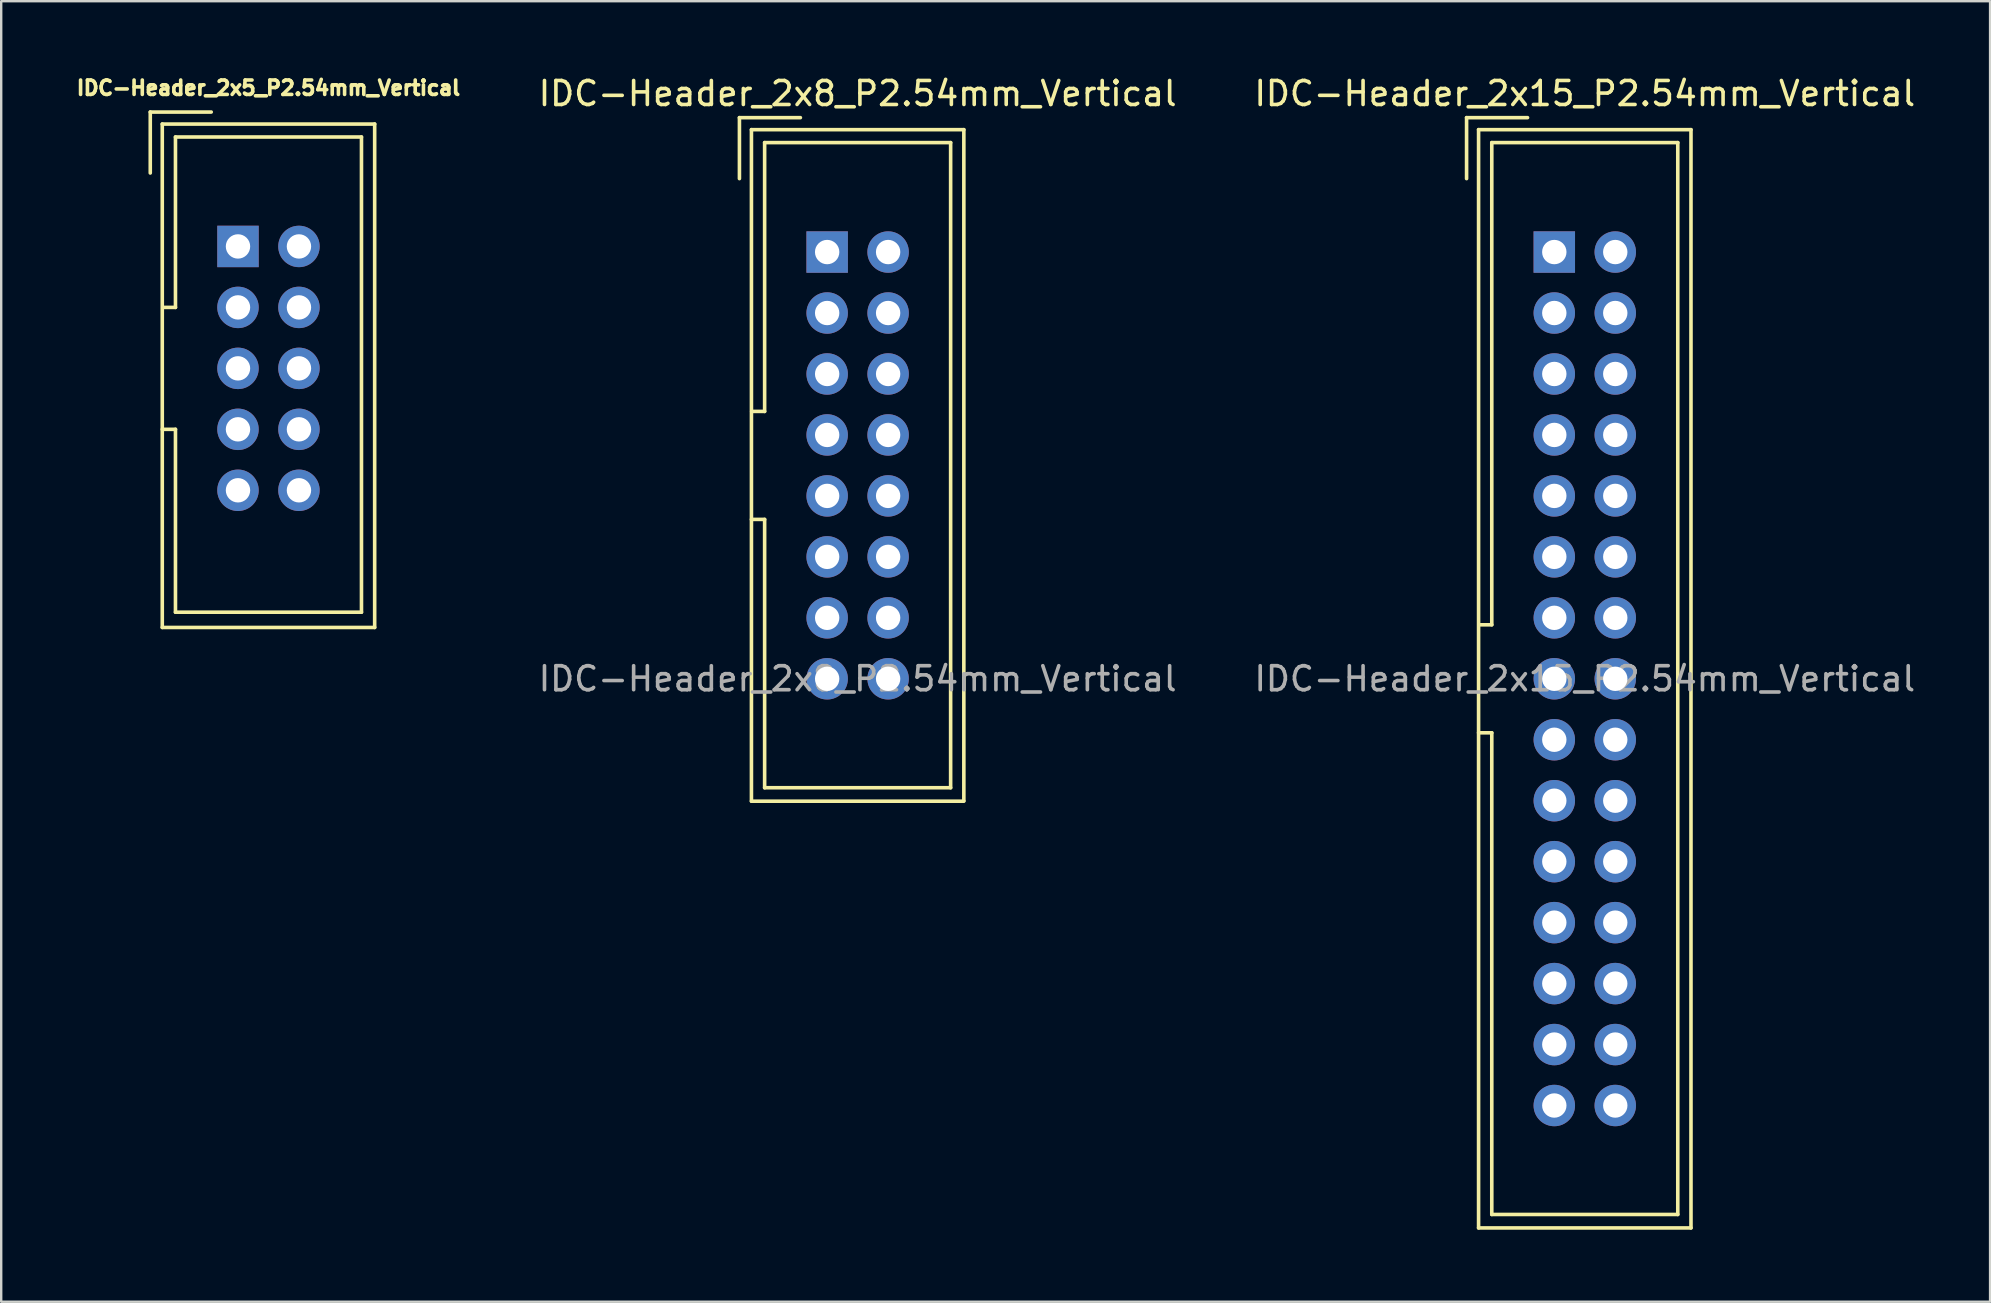
<source format=kicad_pcb>
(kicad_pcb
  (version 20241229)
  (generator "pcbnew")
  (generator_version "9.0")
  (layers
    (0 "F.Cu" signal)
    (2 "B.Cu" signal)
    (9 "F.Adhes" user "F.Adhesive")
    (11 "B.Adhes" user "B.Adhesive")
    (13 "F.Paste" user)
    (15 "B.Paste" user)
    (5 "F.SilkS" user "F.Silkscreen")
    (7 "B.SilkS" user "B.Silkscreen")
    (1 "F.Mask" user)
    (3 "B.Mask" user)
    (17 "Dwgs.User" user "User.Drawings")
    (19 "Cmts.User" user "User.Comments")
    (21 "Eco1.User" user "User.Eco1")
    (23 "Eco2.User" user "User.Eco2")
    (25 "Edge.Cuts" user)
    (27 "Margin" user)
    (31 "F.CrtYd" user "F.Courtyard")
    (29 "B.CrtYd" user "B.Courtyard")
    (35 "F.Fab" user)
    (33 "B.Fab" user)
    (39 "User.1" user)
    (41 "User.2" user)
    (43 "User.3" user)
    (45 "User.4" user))
  (footprint "IDC-Header_2x15_P2.54mm_Vertical"
    (layer "F.Cu")
    (at 61.711 7.452)
    (property "Reference" "IDC-Header_2x15_P2.54mm_Vertical" (at 1.27 -6.604 0) (layer "F.SilkS") (effects (font (size 1 1) (thickness 0.15))))
    (attr through_hole)
    (fp_line (start -3.655 -5.6) (end -3.655 -3.06) (stroke (width 0.15) (type solid)) (layer "F.SilkS"))
    (fp_line (start -3.655 -5.6) (end -1.115 -5.6) (stroke (width 0.15) (type solid)) (layer "F.SilkS"))
    (fp_line (start -3.155 -5.1) (end -3.155 40.66) (stroke (width 0.15) (type solid)) (layer "F.SilkS"))
    (fp_line (start -2.605 -4.56) (end -2.605 15.53) (stroke (width 0.15) (type solid)) (layer "F.SilkS"))
    (fp_line (start -2.605 15.53) (end -3.145 15.53) (stroke (width 0.15) (type solid)) (layer "F.SilkS"))
    (fp_line (start -2.605 20.03) (end -3.155 20.03) (stroke (width 0.15) (type solid)) (layer "F.SilkS"))
    (fp_line (start -2.605 20.03) (end -2.605 40.1) (stroke (width 0.15) (type solid)) (layer "F.SilkS"))
    (fp_line (start 5.145 -4.56) (end -2.605 -4.56) (stroke (width 0.15) (type solid)) (layer "F.SilkS"))
    (fp_line (start 5.145 -4.56) (end 5.145 40.1) (stroke (width 0.15) (type solid)) (layer "F.SilkS"))
    (fp_line (start 5.145 40.1) (end -2.605 40.1) (stroke (width 0.15) (type solid)) (layer "F.SilkS"))
    (fp_line (start 5.695 -5.1) (end -3.155 -5.1) (stroke (width 0.15) (type solid)) (layer "F.SilkS"))
    (fp_line (start 5.695 -5.1) (end 5.695 40.66) (stroke (width 0.15) (type solid)) (layer "F.SilkS"))
    (fp_line (start 5.695 40.66) (end -3.155 40.66) (stroke (width 0.15) (type solid)) (layer "F.SilkS"))
    (fp_text user "${REFERENCE}" (at 1.27 17.78 0) (layer "F.Fab") (effects (font (size 1 1) (thickness 0.15))))
    (pad "1" thru_hole rect (at 0 0) (size 1.727 1.727) (drill 1.016) (layers "*.Cu" "*.Mask"))
    (pad "2" thru_hole oval (at 2.54 0) (size 1.727 1.727) (drill 1.016) (layers "*.Cu" "*.Mask"))
    (pad "3" thru_hole oval (at 0 2.54) (size 1.727 1.727) (drill 1.016) (layers "*.Cu" "*.Mask"))
    (pad "4" thru_hole oval (at 2.54 2.54) (size 1.727 1.727) (drill 1.016) (layers "*.Cu" "*.Mask"))
    (pad "5" thru_hole oval (at 0 5.08) (size 1.727 1.727) (drill 1.016) (layers "*.Cu" "*.Mask"))
    (pad "6" thru_hole oval (at 2.54 5.08) (size 1.727 1.727) (drill 1.016) (layers "*.Cu" "*.Mask"))
    (pad "7" thru_hole oval (at 0 7.62) (size 1.727 1.727) (drill 1.016) (layers "*.Cu" "*.Mask"))
    (pad "8" thru_hole oval (at 2.54 7.62) (size 1.727 1.727) (drill 1.016) (layers "*.Cu" "*.Mask"))
    (pad "9" thru_hole oval (at 0 10.16) (size 1.727 1.727) (drill 1.016) (layers "*.Cu" "*.Mask"))
    (pad "10" thru_hole oval (at 2.54 10.16) (size 1.727 1.727) (drill 1.016) (layers "*.Cu" "*.Mask"))
    (pad "11" thru_hole oval (at 0 12.7) (size 1.727 1.727) (drill 1.016) (layers "*.Cu" "*.Mask"))
    (pad "12" thru_hole oval (at 2.54 12.7) (size 1.727 1.727) (drill 1.016) (layers "*.Cu" "*.Mask"))
    (pad "13" thru_hole oval (at 0 15.24) (size 1.727 1.727) (drill 1.016) (layers "*.Cu" "*.Mask"))
    (pad "14" thru_hole oval (at 2.54 15.24) (size 1.727 1.727) (drill 1.016) (layers "*.Cu" "*.Mask"))
    (pad "15" thru_hole oval (at 0 17.78) (size 1.727 1.727) (drill 1.016) (layers "*.Cu" "*.Mask"))
    (pad "16" thru_hole oval (at 2.54 17.78) (size 1.727 1.727) (drill 1.016) (layers "*.Cu" "*.Mask"))
    (pad "17" thru_hole oval (at 0 20.32) (size 1.727 1.727) (drill 1.016) (layers "*.Cu" "*.Mask"))
    (pad "18" thru_hole oval (at 2.54 20.32) (size 1.727 1.727) (drill 1.016) (layers "*.Cu" "*.Mask"))
    (pad "19" thru_hole oval (at 0 22.86) (size 1.727 1.727) (drill 1.016) (layers "*.Cu" "*.Mask"))
    (pad "20" thru_hole oval (at 2.54 22.86) (size 1.727 1.727) (drill 1.016) (layers "*.Cu" "*.Mask"))
    (pad "21" thru_hole oval (at 0 25.4) (size 1.727 1.727) (drill 1.016) (layers "*.Cu" "*.Mask"))
    (pad "22" thru_hole oval (at 2.54 25.4) (size 1.727 1.727) (drill 1.016) (layers "*.Cu" "*.Mask"))
    (pad "23" thru_hole oval (at 0 27.94) (size 1.727 1.727) (drill 1.016) (layers "*.Cu" "*.Mask"))
    (pad "24" thru_hole oval (at 2.54 27.94) (size 1.727 1.727) (drill 1.016) (layers "*.Cu" "*.Mask"))
    (pad "25" thru_hole oval (at 0 30.48) (size 1.727 1.727) (drill 1.016) (layers "*.Cu" "*.Mask"))
    (pad "26" thru_hole oval (at 2.54 30.48) (size 1.727 1.727) (drill 1.016) (layers "*.Cu" "*.Mask"))
    (pad "27" thru_hole oval (at 0 33.02) (size 1.727 1.727) (drill 1.016) (layers "*.Cu" "*.Mask"))
    (pad "28" thru_hole oval (at 2.54 33.02) (size 1.727 1.727) (drill 1.016) (layers "*.Cu" "*.Mask"))
    (pad "29" thru_hole oval (at 0 35.56) (size 1.727 1.727) (drill 1.016) (layers "*.Cu" "*.Mask"))
    (pad "30" thru_hole oval (at 2.54 35.56) (size 1.727 1.727) (drill 1.016) (layers "*.Cu" "*.Mask")))
  (footprint "IDC-Header_2x5_P2.54mm_Vertical"
    (layer "F.Cu")
    (at 6.866 7.218)
    (property "Reference" "IDC-Header_2x5_P2.54mm_Vertical" (at 1.27 -6.604 0) (layer "F.SilkS") (effects (font (size 0.6 0.6) (thickness 0.15))))
    (attr through_hole)
    (fp_line (start -3.655 -5.6) (end -3.655 -3.06) (stroke (width 0.15) (type solid)) (layer "F.SilkS"))
    (fp_line (start -3.655 -5.6) (end -1.115 -5.6) (stroke (width 0.15) (type solid)) (layer "F.SilkS"))
    (fp_line (start -3.155 -5.1) (end -3.155 15.875) (stroke (width 0.15) (type solid)) (layer "F.SilkS"))
    (fp_line (start -2.605 -4.56) (end -2.605 2.54) (stroke (width 0.15) (type solid)) (layer "F.SilkS"))
    (fp_line (start -2.605 2.54) (end -3.08 2.54) (stroke (width 0.15) (type solid)) (layer "F.SilkS"))
    (fp_line (start -2.605 7.62) (end -3.155 7.62) (stroke (width 0.15) (type solid)) (layer "F.SilkS"))
    (fp_line (start -2.605 7.62) (end -2.605 15.24) (stroke (width 0.15) (type solid)) (layer "F.SilkS"))
    (fp_line (start 5.145 -4.56) (end -2.605 -4.56) (stroke (width 0.15) (type solid)) (layer "F.SilkS"))
    (fp_line (start 5.145 -4.56) (end 5.145 15.24) (stroke (width 0.15) (type solid)) (layer "F.SilkS"))
    (fp_line (start 5.145 15.24) (end -2.605 15.24) (stroke (width 0.15) (type solid)) (layer "F.SilkS"))
    (fp_line (start 5.695 -5.1) (end -3.155 -5.1) (stroke (width 0.15) (type solid)) (layer "F.SilkS"))
    (fp_line (start 5.695 -5.1) (end 5.695 15.875) (stroke (width 0.15) (type solid)) (layer "F.SilkS"))
    (fp_line (start 5.695 15.875) (end -3.155 15.875) (stroke (width 0.15) (type solid)) (layer "F.SilkS"))
    (pad "1" thru_hole rect (at 0 0) (size 1.727 1.727) (drill 1.016) (layers "*.Cu" "*.Mask"))
    (pad "2" thru_hole oval (at 2.54 0) (size 1.727 1.727) (drill 1.016) (layers "*.Cu" "*.Mask"))
    (pad "3" thru_hole oval (at 0 2.54) (size 1.727 1.727) (drill 1.016) (layers "*.Cu" "*.Mask"))
    (pad "4" thru_hole oval (at 2.54 2.54) (size 1.727 1.727) (drill 1.016) (layers "*.Cu" "*.Mask"))
    (pad "5" thru_hole oval (at 0 5.08) (size 1.727 1.727) (drill 1.016) (layers "*.Cu" "*.Mask"))
    (pad "6" thru_hole oval (at 2.54 5.08) (size 1.727 1.727) (drill 1.016) (layers "*.Cu" "*.Mask"))
    (pad "7" thru_hole oval (at 0 7.62) (size 1.727 1.727) (drill 1.016) (layers "*.Cu" "*.Mask"))
    (pad "8" thru_hole oval (at 2.54 7.62) (size 1.727 1.727) (drill 1.016) (layers "*.Cu" "*.Mask"))
    (pad "9" thru_hole oval (at 0 10.16) (size 1.727 1.727) (drill 1.016) (layers "*.Cu" "*.Mask"))
    (pad "10" thru_hole oval (at 2.54 10.16) (size 1.727 1.727) (drill 1.016) (layers "*.Cu" "*.Mask")))
  (footprint "IDC-Header_2x8_P2.54mm_Vertical"
    (layer "F.Cu")
    (at 31.414 7.452)
    (property "Reference" "IDC-Header_2x8_P2.54mm_Vertical" (at 1.27 -6.604 0) (layer "F.SilkS") (effects (font (size 1 1) (thickness 0.15))))
    (attr through_hole)
    (fp_line (start -3.655 -5.6) (end -3.655 -3.06) (stroke (width 0.15) (type solid)) (layer "F.SilkS"))
    (fp_line (start -3.655 -5.6) (end -1.115 -5.6) (stroke (width 0.15) (type solid)) (layer "F.SilkS"))
    (fp_line (start -3.155 -5.1) (end -3.155 22.88) (stroke (width 0.15) (type solid)) (layer "F.SilkS"))
    (fp_line (start -2.605 -4.56) (end -2.605 6.64) (stroke (width 0.15) (type solid)) (layer "F.SilkS"))
    (fp_line (start -2.605 6.64) (end -3.145 6.64) (stroke (width 0.15) (type solid)) (layer "F.SilkS"))
    (fp_line (start -2.605 11.14) (end -3.155 11.14) (stroke (width 0.15) (type solid)) (layer "F.SilkS"))
    (fp_line (start -2.605 11.14) (end -2.605 22.32) (stroke (width 0.15) (type solid)) (layer "F.SilkS"))
    (fp_line (start 5.145 -4.56) (end -2.605 -4.56) (stroke (width 0.15) (type solid)) (layer "F.SilkS"))
    (fp_line (start 5.145 -4.56) (end 5.145 22.32) (stroke (width 0.15) (type solid)) (layer "F.SilkS"))
    (fp_line (start 5.145 22.32) (end -2.605 22.32) (stroke (width 0.15) (type solid)) (layer "F.SilkS"))
    (fp_line (start 5.695 -5.1) (end -3.155 -5.1) (stroke (width 0.15) (type solid)) (layer "F.SilkS"))
    (fp_line (start 5.695 -5.1) (end 5.695 22.86) (stroke (width 0.15) (type solid)) (layer "F.SilkS"))
    (fp_line (start 5.695 22.88) (end -3.155 22.88) (stroke (width 0.15) (type solid)) (layer "F.SilkS"))
    (fp_text user "${REFERENCE}" (at 1.27 17.78 0) (layer "F.Fab") (effects (font (size 1 1) (thickness 0.15))))
    (pad "1" thru_hole rect (at 0 0) (size 1.727 1.727) (drill 1.016) (layers "*.Cu" "*.Mask"))
    (pad "2" thru_hole oval (at 2.54 0) (size 1.727 1.727) (drill 1.016) (layers "*.Cu" "*.Mask"))
    (pad "3" thru_hole oval (at 0 2.54) (size 1.727 1.727) (drill 1.016) (layers "*.Cu" "*.Mask"))
    (pad "4" thru_hole oval (at 2.54 2.54) (size 1.727 1.727) (drill 1.016) (layers "*.Cu" "*.Mask"))
    (pad "5" thru_hole oval (at 0 5.08) (size 1.727 1.727) (drill 1.016) (layers "*.Cu" "*.Mask"))
    (pad "6" thru_hole oval (at 2.54 5.08) (size 1.727 1.727) (drill 1.016) (layers "*.Cu" "*.Mask"))
    (pad "7" thru_hole oval (at 0 7.62) (size 1.727 1.727) (drill 1.016) (layers "*.Cu" "*.Mask"))
    (pad "8" thru_hole oval (at 2.54 7.62) (size 1.727 1.727) (drill 1.016) (layers "*.Cu" "*.Mask"))
    (pad "9" thru_hole oval (at 0 10.16) (size 1.727 1.727) (drill 1.016) (layers "*.Cu" "*.Mask"))
    (pad "10" thru_hole oval (at 2.54 10.16) (size 1.727 1.727) (drill 1.016) (layers "*.Cu" "*.Mask"))
    (pad "11" thru_hole oval (at 0 12.7) (size 1.727 1.727) (drill 1.016) (layers "*.Cu" "*.Mask"))
    (pad "12" thru_hole oval (at 2.54 12.7) (size 1.727 1.727) (drill 1.016) (layers "*.Cu" "*.Mask"))
    (pad "13" thru_hole oval (at 0 15.24) (size 1.727 1.727) (drill 1.016) (layers "*.Cu" "*.Mask"))
    (pad "14" thru_hole oval (at 2.54 15.24) (size 1.727 1.727) (drill 1.016) (layers "*.Cu" "*.Mask"))
    (pad "15" thru_hole oval (at 0 17.78) (size 1.727 1.727) (drill 1.016) (layers "*.Cu" "*.Mask"))
    (pad "16" thru_hole oval (at 2.54 17.78) (size 1.727 1.727) (drill 1.016) (layers "*.Cu" "*.Mask")))
  (gr_rect
    (start -3 -3)
    (end 79.868 51.187)
    (stroke (width 0.1) (type default))
    (fill no)
    (layer "Edge.Cuts")))
</source>
